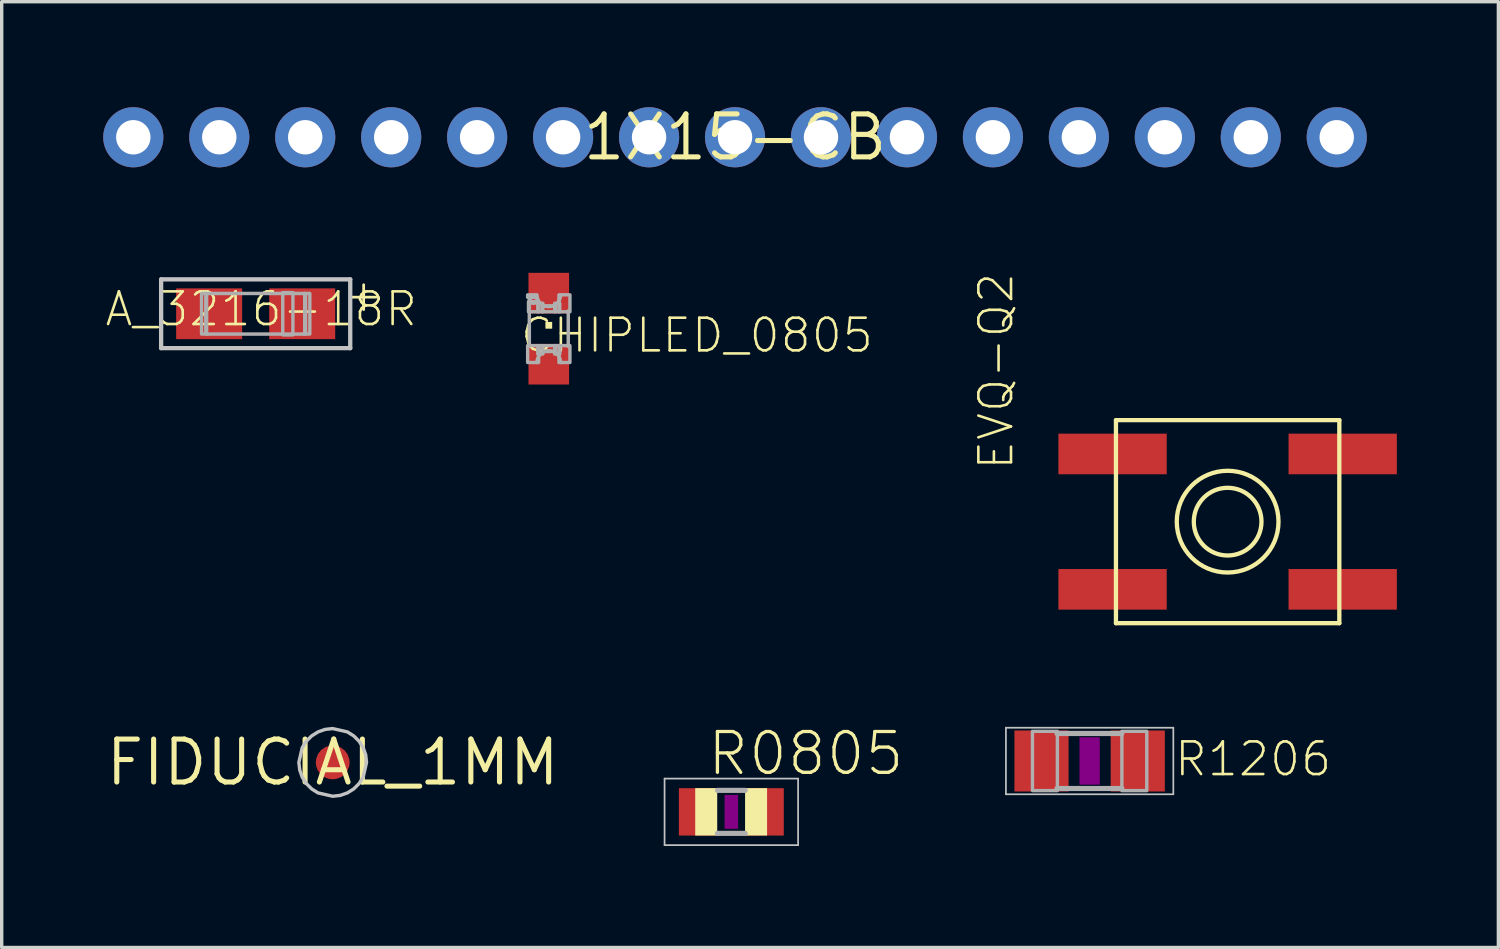
<source format=kicad_pcb>
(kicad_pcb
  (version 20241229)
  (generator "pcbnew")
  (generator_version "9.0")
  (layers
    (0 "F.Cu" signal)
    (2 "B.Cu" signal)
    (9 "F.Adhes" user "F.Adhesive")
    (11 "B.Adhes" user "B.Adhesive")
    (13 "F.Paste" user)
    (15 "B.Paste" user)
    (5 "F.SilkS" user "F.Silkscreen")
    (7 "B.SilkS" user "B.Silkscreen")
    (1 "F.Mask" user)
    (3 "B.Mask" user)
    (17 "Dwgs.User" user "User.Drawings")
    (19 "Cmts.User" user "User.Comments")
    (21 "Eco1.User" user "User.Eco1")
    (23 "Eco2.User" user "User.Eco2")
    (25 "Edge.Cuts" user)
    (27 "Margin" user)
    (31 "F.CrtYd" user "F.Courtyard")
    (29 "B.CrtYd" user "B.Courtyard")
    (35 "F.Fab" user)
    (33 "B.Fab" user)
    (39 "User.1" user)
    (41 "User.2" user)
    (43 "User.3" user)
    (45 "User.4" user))
  (footprint "FIDUCIAL_1MM"
    (layer "F.Cu")
    (at 6.781 19.478)
    (property "Reference" "FIDUCIAL_1MM" (at 0 0 0) (layer "F.SilkS") (effects (font (size 1.27 1.27) (thickness 0.15))))
    (attr through_hole)
    (fp_poly (pts (xy -1 0) (xy -0.975 0.223) (xy -0.901 0.434) (xy -0.782 0.623) (xy -0.623 0.782) (xy -0.434 0.901) (xy 0 1) (xy 0.223 0.975) (xy 0.434 0.901) (xy 0.623 0.782) (xy 0.782 0.623) (xy 0.901 0.434) (xy 1 0) (xy 0.975 -0.223) (xy 0.901 -0.434) (xy 0.782 -0.623) (xy 0.623 -0.782) (xy 0.434 -0.901) (xy 0 -1) (xy -0.223 -0.975) (xy -0.434 -0.901) (xy -0.623 -0.782) (xy -0.782 -0.623) (xy -0.901 -0.434)) (stroke (width 0) (type solid)) (fill yes) (layer "F.Mask"))
    (fp_poly (pts (xy -1 0) (xy -0.975 0.223) (xy -0.901 0.434) (xy -0.782 0.623) (xy -0.623 0.782) (xy -0.434 0.901) (xy 0 1) (xy 0.223 0.975) (xy 0.434 0.901) (xy 0.623 0.782) (xy 0.782 0.623) (xy 0.901 0.434) (xy 1 0) (xy 0.975 -0.223) (xy 0.901 -0.434) (xy 0.782 -0.623) (xy 0.623 -0.782) (xy 0.434 -0.901) (xy 0 -1) (xy -0.223 -0.975) (xy -0.434 -0.901) (xy -0.623 -0.782) (xy -0.782 -0.623) (xy -0.901 -0.434)) (stroke (width 0.1) (type solid)) (fill no) (layer "Dwgs.User"))
    (pad "1" smd roundrect (at 0 0) (size 1 1) (layers "F.Cu" "F.Mask") (roundrect_rratio 0.5)))
  (footprint "EVQ-Q2"
    (layer "F.Cu")
    (at 33.225 12.364)
    (property "Reference" "EVQ-Q2" (at -6.279 -1.476 90) (layer "F.SilkS") (effects (font (size 0.965 0.965) (thickness 0.077)) (justify left bottom)))
    (attr through_hole)
    (fp_line (start -3.3 -3) (end 3.3 -3) (stroke (width 0.127) (type solid)) (layer "F.SilkS"))
    (fp_line (start -3.3 3) (end -3.3 -3) (stroke (width 0.127) (type solid)) (layer "F.SilkS"))
    (fp_line (start 3.3 -3) (end 3.3 3) (stroke (width 0.127) (type solid)) (layer "F.SilkS"))
    (fp_line (start 3.3 3) (end -3.3 3) (stroke (width 0.127) (type solid)) (layer "F.SilkS"))
    (fp_circle (center 0 0) (end 1 0) (stroke (width 0.127) (type solid)) (fill no) (layer "F.SilkS"))
    (fp_circle (center 0 0) (end 1.503 0) (stroke (width 0.127) (type solid)) (fill no) (layer "F.SilkS"))
    (pad "A" smd rect (at -3.4 2) (size 3.2 1.2) (layers "F.Cu" "F.Mask" "F.Paste"))
    (pad "A'" smd rect (at 3.4 2) (size 3.2 1.2) (layers "F.Cu" "F.Mask" "F.Paste"))
    (pad "B" smd rect (at -3.4 -2) (size 3.2 1.2) (layers "F.Cu" "F.Mask" "F.Paste"))
    (pad "B'" smd rect (at 3.4 -2) (size 3.2 1.2) (layers "F.Cu" "F.Mask" "F.Paste")))
  (footprint "1X15-CB"
    (layer "F.Cu")
    (at 18.669 1.006)
    (property "Reference" "1X15-CB" (at 0 0 0) (layer "F.SilkS") (effects (font (size 1.27 1.27) (thickness 0.15))))
    (attr through_hole)
    (pad "1" thru_hole circle (at -17.78 0 90) (size 1.778 1.778) (drill 1.016) (layers "*.Cu" "*.Mask"))
    (pad "2" thru_hole circle (at -15.24 0 90) (size 1.778 1.778) (drill 1.016) (layers "*.Cu" "*.Mask"))
    (pad "3" thru_hole circle (at -12.7 0 90) (size 1.778 1.778) (drill 1.016) (layers "*.Cu" "*.Mask"))
    (pad "4" thru_hole circle (at -10.16 0 90) (size 1.778 1.778) (drill 1.016) (layers "*.Cu" "*.Mask"))
    (pad "5" thru_hole circle (at -7.62 0 90) (size 1.778 1.778) (drill 1.016) (layers "*.Cu" "*.Mask"))
    (pad "6" thru_hole circle (at -5.08 0 90) (size 1.778 1.778) (drill 1.016) (layers "*.Cu" "*.Mask"))
    (pad "7" thru_hole circle (at -2.54 0 90) (size 1.778 1.778) (drill 1.016) (layers "*.Cu" "*.Mask"))
    (pad "8" thru_hole circle (at 0 0 90) (size 1.778 1.778) (drill 1.016) (layers "*.Cu" "*.Mask"))
    (pad "9" thru_hole circle (at 2.54 0 90) (size 1.778 1.778) (drill 1.016) (layers "*.Cu" "*.Mask"))
    (pad "10" thru_hole circle (at 5.08 0 90) (size 1.778 1.778) (drill 1.016) (layers "*.Cu" "*.Mask"))
    (pad "11" thru_hole circle (at 7.62 0 90) (size 1.778 1.778) (drill 1.016) (layers "*.Cu" "*.Mask"))
    (pad "12" thru_hole circle (at 10.16 0 90) (size 1.778 1.778) (drill 1.016) (layers "*.Cu" "*.Mask"))
    (pad "13" thru_hole circle (at 12.7 0 90) (size 1.778 1.778) (drill 1.016) (layers "*.Cu" "*.Mask"))
    (pad "14" thru_hole circle (at 15.24 0 90) (size 1.778 1.778) (drill 1.016) (layers "*.Cu" "*.Mask"))
    (pad "15" thru_hole circle (at 17.78 0 90) (size 1.778 1.778) (drill 1.016) (layers "*.Cu" "*.Mask")))
  (footprint "CHIPLED_0805"
    (layer "F.Cu")
    (at 13.166 6.662)
    (property "Reference" "CHIPLED_0805" (at -0.889 0.762 0) (layer "F.SilkS") (effects (font (size 0.965 0.965) (thickness 0.077)) (justify left bottom)))
    (attr through_hole)
    (fp_poly (pts (xy -0.1 0) (xy 0.1 0) (xy 0.1 -0.2) (xy -0.1 -0.2)) (stroke (width 0) (type solid)) (fill yes) (layer "F.SilkS"))
    (fp_line (start -0.575 0.5) (end -0.575 -0.925) (stroke (width 0.102) (type solid)) (layer "F.Fab"))
    (fp_line (start 0.575 -0.525) (end 0.575 0.525) (stroke (width 0.102) (type solid)) (layer "F.Fab"))
    (fp_arc (start -0.35 1) (mid 0 0.65) (end 0.35 1) (stroke (width 0.1016) (type solid)) (layer "F.Fab"))
    (fp_arc (start 0.35 -1) (mid 0 -0.65) (end -0.35 -1) (stroke (width 0.1016) (type solid)) (layer "F.Fab"))
    (fp_circle (center -0.45 -0.85) (end -0.347 -0.85) (stroke (width 0.102) (type solid)) (fill no) (layer "F.Fab"))
    (fp_poly (pts (xy -0.625 -0.925) (xy -0.4 -0.925) (xy -0.4 -1) (xy -0.625 -1)) (stroke (width 0.1) (type solid)) (fill no) (layer "F.Fab"))
    (fp_poly (pts (xy -0.625 1) (xy -0.3 1) (xy -0.3 0.5) (xy -0.625 0.5)) (stroke (width 0.1) (type solid)) (fill no) (layer "F.Fab"))
    (fp_poly (pts (xy -0.6 -0.5) (xy -0.3 -0.5) (xy -0.3 -0.8) (xy -0.6 -0.8)) (stroke (width 0.1) (type solid)) (fill no) (layer "F.Fab"))
    (fp_poly (pts (xy -0.325 -0.5) (xy -0.175 -0.5) (xy -0.175 -0.75) (xy -0.325 -0.75)) (stroke (width 0.1) (type solid)) (fill no) (layer "F.Fab"))
    (fp_poly (pts (xy -0.325 0.75) (xy -0.175 0.75) (xy -0.175 0.5) (xy -0.325 0.5)) (stroke (width 0.1) (type solid)) (fill no) (layer "F.Fab"))
    (fp_poly (pts (xy -0.2 -0.5) (xy 0.2 -0.5) (xy 0.2 -0.675) (xy -0.2 -0.675)) (stroke (width 0.1) (type solid)) (fill no) (layer "F.Fab"))
    (fp_poly (pts (xy -0.2 0.675) (xy 0.2 0.675) (xy 0.2 0.5) (xy -0.2 0.5)) (stroke (width 0.1) (type solid)) (fill no) (layer "F.Fab"))
    (fp_poly (pts (xy 0.175 -0.5) (xy 0.325 -0.5) (xy 0.325 -0.75) (xy 0.175 -0.75)) (stroke (width 0.1) (type solid)) (fill no) (layer "F.Fab"))
    (fp_poly (pts (xy 0.175 0.75) (xy 0.325 0.75) (xy 0.325 0.5) (xy 0.175 0.5)) (stroke (width 0.1) (type solid)) (fill no) (layer "F.Fab"))
    (fp_poly (pts (xy 0.3 -0.5) (xy 0.625 -0.5) (xy 0.625 -1) (xy 0.3 -1)) (stroke (width 0.1) (type solid)) (fill no) (layer "F.Fab"))
    (fp_poly (pts (xy 0.3 1) (xy 0.625 1) (xy 0.625 0.5) (xy 0.3 0.5)) (stroke (width 0.1) (type solid)) (fill no) (layer "F.Fab"))
    (pad "A" smd rect (at 0 1.05) (size 1.2 1.2) (layers "F.Cu" "F.Mask" "F.Paste"))
    (pad "C" smd rect (at 0 -1.05) (size 1.2 1.2) (layers "F.Cu" "F.Mask" "F.Paste")))
  (footprint "R1206"
    (layer "F.Cu")
    (at 29.147 19.436)
    (property "Reference" "R1206" (at 2.461 0.508 0) (layer "F.SilkS") (effects (font (size 0.965 0.965) (thickness 0.077)) (justify left bottom)))
    (attr through_hole)
    (fp_poly (pts (xy -0.3 0.7) (xy 0.3 0.7) (xy 0.3 -0.7) (xy -0.3 -0.7)) (stroke (width 0) (type solid)) (fill yes) (layer "F.Adhes"))
    (fp_line (start -2.473 -0.983) (end 2.473 -0.983) (stroke (width 0.051) (type solid)) (layer "Dwgs.User"))
    (fp_line (start -2.473 0.983) (end -2.473 -0.983) (stroke (width 0.051) (type solid)) (layer "Dwgs.User"))
    (fp_line (start 2.473 -0.983) (end 2.473 0.983) (stroke (width 0.051) (type solid)) (layer "Dwgs.User"))
    (fp_line (start 2.473 0.983) (end -2.473 0.983) (stroke (width 0.051) (type solid)) (layer "Dwgs.User"))
    (fp_line (start 0.953 -0.813) (end -0.965 -0.813) (stroke (width 0.152) (type solid)) (layer "F.Fab"))
    (fp_line (start 0.953 0.813) (end -0.965 0.813) (stroke (width 0.152) (type solid)) (layer "F.Fab"))
    (fp_poly (pts (xy -1.689 0.876) (xy -0.953 0.876) (xy -0.953 -0.876) (xy -1.689 -0.876)) (stroke (width 0.1) (type solid)) (fill no) (layer "F.Fab"))
    (fp_poly (pts (xy 0.953 0.876) (xy 1.689 0.876) (xy 1.689 -0.876) (xy 0.953 -0.876)) (stroke (width 0.1) (type solid)) (fill no) (layer "F.Fab"))
    (pad "1" smd rect (at -1.422 0) (size 1.6 1.803) (layers "F.Cu" "F.Mask" "F.Paste"))
    (pad "2" smd rect (at 1.422 0) (size 1.6 1.803) (layers "F.Cu" "F.Mask" "F.Paste")))
  (footprint "R0805"
    (layer "F.Cu")
    (at 18.56 20.94)
    (property "Reference" "R0805" (at -0.762 -1.016 0) (layer "F.SilkS") (effects (font (size 1.206 1.206) (thickness 0.097)) (justify left bottom)))
    (attr through_hole)
    (fp_poly (pts (xy -1.067 0.699) (xy -0.417 0.699) (xy -0.417 -0.702) (xy -1.067 -0.702)) (stroke (width 0) (type solid)) (fill yes) (layer "F.SilkS"))
    (fp_poly (pts (xy 0.406 0.699) (xy 1.056 0.699) (xy 1.056 -0.702) (xy 0.406 -0.702)) (stroke (width 0) (type solid)) (fill yes) (layer "F.SilkS"))
    (fp_poly (pts (xy -0.2 0.5) (xy 0.2 0.5) (xy 0.2 -0.5) (xy -0.2 -0.5)) (stroke (width 0) (type solid)) (fill yes) (layer "F.Adhes"))
    (fp_line (start -1.973 -0.983) (end 1.973 -0.983) (stroke (width 0.051) (type solid)) (layer "Dwgs.User"))
    (fp_line (start -1.973 0.983) (end -1.973 -0.983) (stroke (width 0.051) (type solid)) (layer "Dwgs.User"))
    (fp_line (start 1.973 -0.983) (end 1.973 0.983) (stroke (width 0.051) (type solid)) (layer "Dwgs.User"))
    (fp_line (start 1.973 0.983) (end -1.973 0.983) (stroke (width 0.051) (type solid)) (layer "Dwgs.User"))
    (fp_line (start -0.41 -0.635) (end 0.41 -0.635) (stroke (width 0.152) (type solid)) (layer "F.Fab"))
    (fp_line (start -0.41 0.635) (end 0.41 0.635) (stroke (width 0.152) (type solid)) (layer "F.Fab"))
    (pad "1" smd rect (at -1 0) (size 1.1 1.4) (layers "F.Cu" "F.Mask" "F.Paste"))
    (pad "2" smd rect (at 1 0) (size 1.1 1.4) (layers "F.Cu" "F.Mask" "F.Paste")))
  (footprint "A_3216-18R"
    (layer "F.Cu")
    (at 4.505 6.221)
    (property "Reference" "A_3216-18R" (at -4.505 0.425 180) (layer "F.SilkS") (effects (font (size 0.965 0.965) (thickness 0.077)) (justify left bottom)))
    (attr through_hole)
    (fp_line (start -2.794 -1.016) (end 2.794 -1.016) (stroke (width 0.127) (type solid)) (layer "Dwgs.User"))
    (fp_line (start -2.794 1.016) (end -2.794 -1.016) (stroke (width 0.127) (type solid)) (layer "Dwgs.User"))
    (fp_line (start 2.794 -1.016) (end 2.794 1.016) (stroke (width 0.127) (type solid)) (layer "Dwgs.User"))
    (fp_line (start 2.794 1.016) (end -2.794 1.016) (stroke (width 0.127) (type solid)) (layer "Dwgs.User"))
    (fp_line (start -1.45 -0.6) (end 1.45 -0.6) (stroke (width 0.102) (type solid)) (layer "F.Fab"))
    (fp_line (start -1.45 0.6) (end -1.45 -0.6) (stroke (width 0.102) (type solid)) (layer "F.Fab"))
    (fp_line (start 1.45 -0.6) (end 1.45 0.6) (stroke (width 0.102) (type solid)) (layer "F.Fab"))
    (fp_line (start 1.45 0.6) (end -1.45 0.6) (stroke (width 0.102) (type solid)) (layer "F.Fab"))
    (fp_poly (pts (xy -1.6 0.6) (xy -1.475 0.6) (xy -1.475 -0.6) (xy -1.6 -0.6)) (stroke (width 0.1) (type solid)) (fill no) (layer "F.Fab"))
    (fp_poly (pts (xy 0.8 0.625) (xy 1.1 0.625) (xy 1.1 -0.625) (xy 0.8 -0.625)) (stroke (width 0.1) (type solid)) (fill no) (layer "F.Fab"))
    (fp_poly (pts (xy 1.475 0.6) (xy 1.6 0.6) (xy 1.6 -0.6) (xy 1.475 -0.6)) (stroke (width 0.1) (type solid)) (fill no) (layer "F.Fab"))
    (fp_text user "+" (at 2.54 0 0) (layer "F.SilkS") (effects (font (size 0.965 0.965) (thickness 0.081)) (justify left bottom)))
    (pad "+" smd rect (at 1.375 0) (size 1.95 1.5) (layers "F.Cu" "F.Mask" "F.Paste"))
    (pad "-" smd rect (at -1.375 0) (size 1.95 1.5) (layers "F.Cu" "F.Mask" "F.Paste")))
  (gr_rect
    (start -3 -3)
    (end 41.225 24.948)
    (stroke (width 0.1) (type default))
    (fill no)
    (layer "Edge.Cuts")))
</source>
